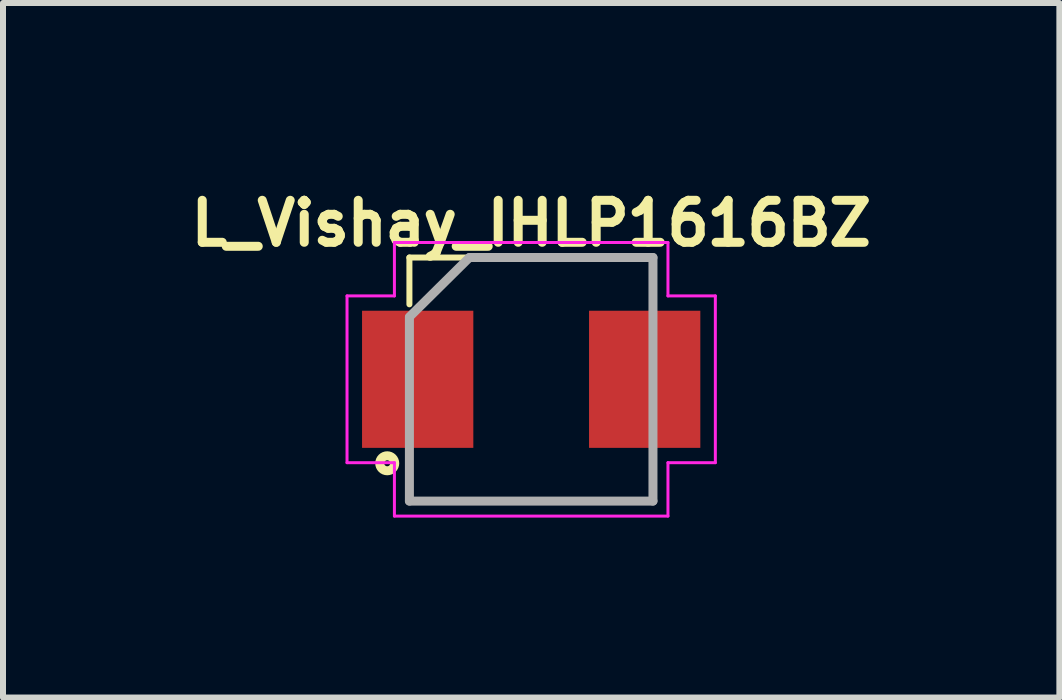
<source format=kicad_pcb>
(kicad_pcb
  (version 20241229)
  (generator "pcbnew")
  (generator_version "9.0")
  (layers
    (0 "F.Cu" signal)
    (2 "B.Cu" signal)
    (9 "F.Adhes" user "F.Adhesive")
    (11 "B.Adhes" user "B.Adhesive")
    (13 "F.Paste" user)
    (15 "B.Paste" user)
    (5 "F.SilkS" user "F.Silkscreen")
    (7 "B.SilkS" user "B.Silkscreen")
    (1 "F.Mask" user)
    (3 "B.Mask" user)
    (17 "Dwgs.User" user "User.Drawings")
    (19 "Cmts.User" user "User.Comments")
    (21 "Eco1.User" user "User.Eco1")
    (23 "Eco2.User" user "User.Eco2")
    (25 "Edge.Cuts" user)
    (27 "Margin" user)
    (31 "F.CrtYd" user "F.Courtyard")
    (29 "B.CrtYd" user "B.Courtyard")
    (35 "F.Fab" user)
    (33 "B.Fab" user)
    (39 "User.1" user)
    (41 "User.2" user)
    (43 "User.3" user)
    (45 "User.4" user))
  (footprint "L_Vishay_IHLP1616BZ"
    (layer "F.Cu")
    (at 5.805 3.273)
    (property "Reference" "L_Vishay_IHLP1616BZ" (at 0 -2.6 0) (layer "F.SilkS") (effects (font (size 0.7 0.7) (thickness 0.15))))
    (attr smd)
    (fp_line (start -2.03 -2.03) (end -2.03 -1.25) (stroke (width 0.1) (type solid)) (layer "F.SilkS"))
    (fp_line (start -2.03 2.03) (end -2.03 1.25) (stroke (width 0.1) (type solid)) (layer "F.SilkS"))
    (fp_line (start -2.03 2.03) (end 2.03 2.03) (stroke (width 0.1) (type solid)) (layer "F.SilkS"))
    (fp_line (start 2.03 -2.03) (end -2.03 -2.03) (stroke (width 0.1) (type solid)) (layer "F.SilkS"))
    (fp_line (start 2.03 -2.03) (end 2.03 -1.25) (stroke (width 0.1) (type solid)) (layer "F.SilkS"))
    (fp_line (start 2.03 2.03) (end 2.03 1.25) (stroke (width 0.1) (type solid)) (layer "F.SilkS"))
    (fp_circle (center -2.4 1.4) (end -2.35 1.4) (stroke (width 0.15) (type solid)) (fill no) (layer "F.SilkS"))
    (fp_line (start -3.07 1.39) (end -3.07 -1.39) (stroke (width 0.05) (type solid)) (layer "F.CrtYd"))
    (fp_line (start -2.28 -2.28) (end 2.28 -2.28) (stroke (width 0.05) (type solid)) (layer "F.CrtYd"))
    (fp_line (start -2.28 -1.39) (end -3.07 -1.39) (stroke (width 0.05) (type solid)) (layer "F.CrtYd"))
    (fp_line (start -2.28 -1.39) (end -2.28 -2.28) (stroke (width 0.05) (type solid)) (layer "F.CrtYd"))
    (fp_line (start -2.28 1.39) (end -3.07 1.39) (stroke (width 0.05) (type solid)) (layer "F.CrtYd"))
    (fp_line (start -2.28 2.28) (end -2.28 1.39) (stroke (width 0.05) (type solid)) (layer "F.CrtYd"))
    (fp_line (start -2.28 2.28) (end 2.28 2.28) (stroke (width 0.05) (type solid)) (layer "F.CrtYd"))
    (fp_line (start 2.28 -1.39) (end 2.28 -2.28) (stroke (width 0.05) (type solid)) (layer "F.CrtYd"))
    (fp_line (start 2.28 -1.39) (end 3.07 -1.39) (stroke (width 0.05) (type solid)) (layer "F.CrtYd"))
    (fp_line (start 2.28 1.39) (end 3.07 1.39) (stroke (width 0.05) (type solid)) (layer "F.CrtYd"))
    (fp_line (start 2.28 2.28) (end 2.28 1.39) (stroke (width 0.05) (type solid)) (layer "F.CrtYd"))
    (fp_line (start 3.07 1.39) (end 3.07 -1.39) (stroke (width 0.05) (type solid)) (layer "F.CrtYd"))
    (fp_line (start -2.03 -1.04) (end -1.03 -2.03) (stroke (width 0.15) (type solid)) (layer "F.Fab"))
    (fp_line (start -2.03 2.03) (end -2.03 -1.03) (stroke (width 0.15) (type solid)) (layer "F.Fab"))
    (fp_line (start 2.03 -2.03) (end -1.03 -2.03) (stroke (width 0.15) (type solid)) (layer "F.Fab"))
    (fp_line (start 2.03 -2.03) (end 2.03 2.03) (stroke (width 0.15) (type solid)) (layer "F.Fab"))
    (fp_line (start 2.03 2.03) (end -2.03 2.03) (stroke (width 0.15) (type solid)) (layer "F.Fab"))
    (fp_rect (start -2.03 -2.03) (end 2.03 2.03) (stroke (width 0.1) (type solid)) (fill no) (layer "User.5"))
    (pad "1" smd rect (at -1.892 0 90) (size 2.286 1.855) (layers "F.Cu" "F.Mask" "F.Paste"))
    (pad "2" smd rect (at 1.892 0 90) (size 2.286 1.855) (layers "F.Cu" "F.Mask" "F.Paste")))
  (gr_rect
    (start -3 -3)
    (end 14.61 8.578)
    (stroke (width 0.1) (type default))
    (fill no)
    (layer "Edge.Cuts")))
</source>
